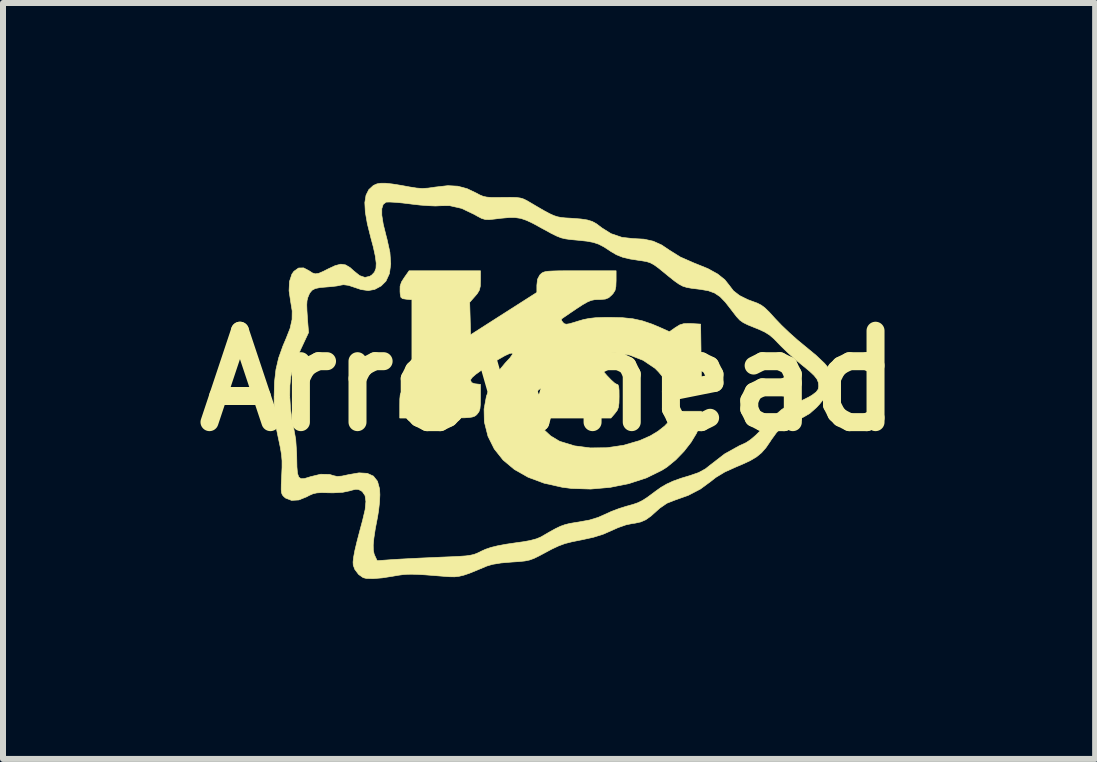
<source format=kicad_pcb>
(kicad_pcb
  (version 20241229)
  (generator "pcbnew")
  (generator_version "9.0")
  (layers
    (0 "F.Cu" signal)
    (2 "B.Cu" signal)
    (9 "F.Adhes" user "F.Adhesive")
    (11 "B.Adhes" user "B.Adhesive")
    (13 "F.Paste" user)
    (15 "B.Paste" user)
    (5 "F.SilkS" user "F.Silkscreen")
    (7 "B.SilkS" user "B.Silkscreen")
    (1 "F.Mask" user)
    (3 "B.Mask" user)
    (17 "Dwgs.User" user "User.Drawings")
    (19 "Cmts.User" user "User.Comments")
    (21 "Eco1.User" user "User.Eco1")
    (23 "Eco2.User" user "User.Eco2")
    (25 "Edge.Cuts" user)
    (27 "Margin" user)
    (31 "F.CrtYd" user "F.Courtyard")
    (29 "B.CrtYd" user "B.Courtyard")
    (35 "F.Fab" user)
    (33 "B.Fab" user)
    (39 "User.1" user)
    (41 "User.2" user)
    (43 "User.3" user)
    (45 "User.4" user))
  (footprint "Arrowhead"
    (layer "F.Cu")
    (at 6.103 3.298)
    (property "Reference" "Arrowhead" (at 0 0 0) (layer "F.SilkS") (effects (font (size 1.524 1.524) (thickness 0.3))))
    (attr through_hole)
    (fp_poly (pts (xy -1.143 -1.673) (xy -1.146 -1.576) (xy -1.162 -1.51) (xy -1.197 -1.452) (xy -1.233 -1.41) (xy -1.323 -1.308) (xy -1.315 -1.037) (xy -1.308 -0.767) (xy -0.756 -1.12) (xy -0.203 -1.473) (xy -0.203 -1.592) (xy -0.192 -1.692) (xy -0.155 -1.762) (xy -0.144 -1.773) (xy -0.124 -1.792) (xy -0.1 -1.807) (xy -0.066 -1.818) (xy -0.016 -1.826) (xy 0.058 -1.83) (xy 0.161 -1.833) (xy 0.302 -1.834) (xy 0.485 -1.834) (xy 0.516 -1.834) (xy 1.118 -1.834) (xy 1.118 -1.67) (xy 1.114 -1.571) (xy 1.1 -1.506) (xy 1.068 -1.455) (xy 1.046 -1.431) (xy 0.995 -1.385) (xy 0.938 -1.362) (xy 0.856 -1.355) (xy 0.831 -1.355) (xy 0.762 -1.352) (xy 0.702 -1.34) (xy 0.638 -1.313) (xy 0.556 -1.266) (xy 0.452 -1.198) (xy 0.356 -1.133) (xy 0.276 -1.078) (xy 0.222 -1.041) (xy 0.205 -1.028) (xy 0.211 -1.001) (xy 0.233 -0.971) (xy 0.257 -0.95) (xy 0.289 -0.943) (xy 0.341 -0.951) (xy 0.423 -0.975) (xy 0.473 -0.991) (xy 0.572 -1.02) (xy 0.667 -1.039) (xy 0.773 -1.051) (xy 0.905 -1.056) (xy 1.016 -1.057) (xy 1.223 -1.052) (xy 1.397 -1.034) (xy 1.557 -0.999) (xy 1.719 -0.944) (xy 1.856 -0.886) (xy 2.007 -0.818) (xy 2.11 -0.89) (xy 2.179 -0.932) (xy 2.246 -0.952) (xy 2.334 -0.955) (xy 2.37 -0.954) (xy 2.527 -0.945) (xy 2.541 0.01) (xy 2.459 0.104) (xy 2.407 0.158) (xy 2.357 0.186) (xy 2.29 0.196) (xy 2.232 0.198) (xy 2.086 0.198) (xy 1.967 0.029) (xy 1.896 -0.065) (xy 1.825 -0.149) (xy 1.769 -0.206) (xy 1.768 -0.207) (xy 1.569 -0.341) (xy 1.346 -0.428) (xy 1.105 -0.467) (xy 0.853 -0.455) (xy 0.742 -0.435) (xy 0.72 -0.426) (xy 0.715 -0.408) (xy 0.731 -0.374) (xy 0.774 -0.316) (xy 0.845 -0.227) (xy 0.882 -0.183) (xy 0.964 -0.088) (xy 1.038 -0.011) (xy 1.095 0.04) (xy 1.124 0.056) (xy 1.147 0.064) (xy 1.161 0.094) (xy 1.167 0.158) (xy 1.168 0.26) (xy 1.166 0.37) (xy 1.157 0.441) (xy 1.137 0.492) (xy 1.101 0.54) (xy 1.1 0.542) (xy 1.032 0.621) (xy -0.152 0.621) (xy -0.152 0.427) (xy -0.148 0.306) (xy -0.134 0.232) (xy -0.113 0.197) (xy -0.089 0.154) (xy -0.099 0.132) (xy -0.136 0.123) (xy -0.18 0.156) (xy -0.223 0.219) (xy -0.258 0.299) (xy -0.277 0.385) (xy -0.279 0.415) (xy -0.255 0.545) (xy -0.19 0.68) (xy -0.093 0.808) (xy 0.027 0.919) (xy 0.164 1.002) (xy 0.187 1.012) (xy 0.426 1.085) (xy 0.689 1.119) (xy 0.965 1.116) (xy 1.242 1.075) (xy 1.507 0.998) (xy 1.689 0.918) (xy 1.815 0.842) (xy 1.927 0.754) (xy 2.014 0.663) (xy 2.065 0.58) (xy 2.07 0.565) (xy 2.082 0.538) (xy 2.107 0.521) (xy 2.156 0.512) (xy 2.238 0.508) (xy 2.313 0.508) (xy 2.54 0.508) (xy 2.54 0.602) (xy 2.519 0.73) (xy 2.459 0.874) (xy 2.367 1.026) (xy 2.25 1.176) (xy 2.115 1.316) (xy 1.969 1.436) (xy 1.886 1.489) (xy 1.625 1.618) (xy 1.331 1.714) (xy 1.018 1.777) (xy 0.695 1.805) (xy 0.376 1.795) (xy 0.22 1.775) (xy -0.083 1.707) (xy -0.349 1.608) (xy -0.578 1.478) (xy -0.766 1.321) (xy -0.913 1.136) (xy -1.018 0.925) (xy -1.077 0.691) (xy -1.079 0.674) (xy -1.083 0.471) (xy -1.044 0.259) (xy -0.967 0.049) (xy -0.856 -0.144) (xy -0.732 -0.294) (xy -0.651 -0.382) (xy -0.611 -0.438) (xy -0.612 -0.462) (xy -0.654 -0.456) (xy -0.735 -0.419) (xy -0.856 -0.35) (xy -0.98 -0.273) (xy -1.121 -0.18) (xy -1.219 -0.11) (xy -1.28 -0.057) (xy -1.306 -0.02) (xy -1.308 -0.01) (xy -1.293 0.03) (xy -1.24 0.049) (xy -1.226 0.051) (xy -1.143 0.06) (xy -1.143 0.279) (xy -1.145 0.394) (xy -1.152 0.468) (xy -1.169 0.517) (xy -1.198 0.555) (xy -1.202 0.56) (xy -1.222 0.579) (xy -1.246 0.593) (xy -1.279 0.604) (xy -1.329 0.612) (xy -1.402 0.617) (xy -1.504 0.619) (xy -1.642 0.621) (xy -1.823 0.621) (xy -1.875 0.621) (xy -2.489 0.621) (xy -2.489 0.411) (xy -2.488 0.304) (xy -2.481 0.235) (xy -2.463 0.187) (xy -2.427 0.144) (xy -2.388 0.105) (xy -2.286 0.009) (xy -2.286 -0.671) (xy -2.286 -1.351) (xy -2.381 -1.36) (xy -2.441 -1.369) (xy -2.47 -1.392) (xy -2.481 -1.447) (xy -2.484 -1.49) (xy -2.483 -1.576) (xy -2.46 -1.647) (xy -2.412 -1.722) (xy -2.333 -1.834) (xy -1.143 -1.834) (xy -1.143 -1.673)) (stroke (width 0.01) (type solid)) (fill yes) (layer "F.SilkS"))
    (fp_poly (pts (xy -2.724 -3.293) (xy -2.614 -3.281) (xy -2.468 -3.258) (xy -2.322 -3.231) (xy -2.209 -3.213) (xy -2.114 -3.206) (xy -2.016 -3.212) (xy -1.891 -3.23) (xy -1.881 -3.231) (xy -1.687 -3.253) (xy -1.521 -3.244) (xy -1.367 -3.203) (xy -1.218 -3.132) (xy -1.154 -3.098) (xy -1.098 -3.075) (xy -1.038 -3.062) (xy -0.961 -3.056) (xy -0.853 -3.056) (xy -0.772 -3.057) (xy -0.641 -3.058) (xy -0.548 -3.056) (xy -0.48 -3.047) (xy -0.426 -3.031) (xy -0.372 -3.005) (xy -0.343 -2.988) (xy -0.192 -2.899) (xy -0.078 -2.833) (xy 0.01 -2.786) (xy 0.08 -2.754) (xy 0.142 -2.734) (xy 0.203 -2.722) (xy 0.275 -2.715) (xy 0.366 -2.71) (xy 0.391 -2.708) (xy 0.533 -2.697) (xy 0.638 -2.681) (xy 0.72 -2.656) (xy 0.791 -2.617) (xy 0.866 -2.56) (xy 0.876 -2.552) (xy 1.033 -2.453) (xy 1.216 -2.391) (xy 1.397 -2.371) (xy 1.583 -2.361) (xy 1.737 -2.327) (xy 1.877 -2.264) (xy 2.002 -2.18) (xy 2.189 -2.063) (xy 2.422 -1.961) (xy 2.438 -1.955) (xy 2.648 -1.87) (xy 2.811 -1.78) (xy 2.93 -1.685) (xy 2.999 -1.598) (xy 3.075 -1.499) (xy 3.176 -1.421) (xy 3.31 -1.354) (xy 3.391 -1.324) (xy 3.473 -1.294) (xy 3.539 -1.26) (xy 3.6 -1.214) (xy 3.67 -1.146) (xy 3.76 -1.047) (xy 3.772 -1.034) (xy 3.876 -0.925) (xy 4.006 -0.801) (xy 4.144 -0.678) (xy 4.264 -0.579) (xy 4.452 -0.424) (xy 4.595 -0.288) (xy 4.691 -0.173) (xy 4.742 -0.079) (xy 4.75 -0.034) (xy 4.731 0.049) (xy 4.68 0.155) (xy 4.604 0.273) (xy 4.509 0.391) (xy 4.458 0.446) (xy 4.347 0.544) (xy 4.23 0.612) (xy 4.145 0.645) (xy 3.998 0.705) (xy 3.886 0.773) (xy 3.793 0.862) (xy 3.704 0.985) (xy 3.687 1.012) (xy 3.615 1.117) (xy 3.542 1.2) (xy 3.458 1.269) (xy 3.352 1.332) (xy 3.213 1.396) (xy 3.12 1.435) (xy 2.931 1.52) (xy 2.782 1.61) (xy 2.702 1.673) (xy 2.523 1.805) (xy 2.321 1.91) (xy 2.104 1.987) (xy 1.966 2.041) (xy 1.848 2.122) (xy 1.802 2.163) (xy 1.698 2.256) (xy 1.612 2.317) (xy 1.529 2.353) (xy 1.433 2.374) (xy 1.392 2.379) (xy 1.282 2.402) (xy 1.151 2.448) (xy 1.046 2.495) (xy 0.902 2.558) (xy 0.739 2.609) (xy 0.542 2.652) (xy 0.531 2.654) (xy 0.382 2.684) (xy 0.264 2.714) (xy 0.159 2.753) (xy 0.048 2.805) (xy -0.051 2.858) (xy -0.165 2.919) (xy -0.251 2.961) (xy -0.325 2.988) (xy -0.403 3.004) (xy -0.5 3.014) (xy -0.622 3.022) (xy -0.8 3.037) (xy -0.941 3.06) (xy -1.039 3.089) (xy -1.041 3.09) (xy -1.202 3.158) (xy -1.325 3.208) (xy -1.422 3.241) (xy -1.502 3.26) (xy -1.575 3.268) (xy -1.652 3.267) (xy -1.714 3.263) (xy -1.912 3.247) (xy -2.067 3.235) (xy -2.188 3.228) (xy -2.285 3.225) (xy -2.365 3.226) (xy -2.438 3.232) (xy -2.511 3.242) (xy -2.593 3.256) (xy -2.597 3.257) (xy -2.782 3.286) (xy -2.934 3.298) (xy -3.046 3.295) (xy -3.099 3.282) (xy -3.175 3.228) (xy -3.238 3.144) (xy -3.264 3.074) (xy -3.267 3.021) (xy -3.258 2.941) (xy -3.237 2.828) (xy -3.201 2.677) (xy -3.15 2.482) (xy -3.108 2.326) (xy -3.066 2.148) (xy -3.053 2.012) (xy -3.067 1.914) (xy -3.111 1.85) (xy -3.129 1.836) (xy -3.177 1.812) (xy -3.226 1.809) (xy -3.295 1.826) (xy -3.32 1.834) (xy -3.439 1.859) (xy -3.597 1.868) (xy -3.674 1.867) (xy -3.79 1.864) (xy -3.872 1.869) (xy -3.936 1.884) (xy -4 1.912) (xy -4.04 1.934) (xy -4.172 1.987) (xy -4.293 1.994) (xy -4.393 1.955) (xy -4.423 1.929) (xy -4.446 1.902) (xy -4.459 1.868) (xy -4.465 1.814) (xy -4.464 1.73) (xy -4.458 1.603) (xy -4.457 1.581) (xy -4.451 1.443) (xy -4.451 1.333) (xy -4.46 1.23) (xy -4.479 1.115) (xy -4.51 0.967) (xy -4.512 0.96) (xy -4.545 0.798) (xy -4.566 0.659) (xy -4.578 0.521) (xy -4.583 0.36) (xy -4.583 0.268) (xy -4.583 0.266) (xy -4.322 0.266) (xy -4.31 0.465) (xy -4.285 0.658) (xy -4.254 0.804) (xy -4.223 0.978) (xy -4.208 1.203) (xy -4.206 1.281) (xy -4.203 1.436) (xy -4.194 1.542) (xy -4.173 1.605) (xy -4.136 1.632) (xy -4.078 1.63) (xy -3.995 1.605) (xy -3.981 1.6) (xy -3.807 1.558) (xy -3.659 1.561) (xy -3.591 1.582) (xy -3.533 1.595) (xy -3.454 1.589) (xy -3.342 1.565) (xy -3.168 1.535) (xy -3.03 1.543) (xy -2.928 1.589) (xy -2.86 1.675) (xy -2.825 1.802) (xy -2.82 1.9) (xy -2.826 2.024) (xy -2.842 2.167) (xy -2.859 2.272) (xy -2.897 2.47) (xy -2.92 2.623) (xy -2.931 2.737) (xy -2.929 2.823) (xy -2.916 2.888) (xy -2.906 2.912) (xy -2.866 2.999) (xy -2.582 2.979) (xy -2.463 2.972) (xy -2.308 2.964) (xy -2.13 2.955) (xy -1.945 2.947) (xy -1.791 2.94) (xy -1.616 2.933) (xy -1.483 2.926) (xy -1.384 2.919) (xy -1.309 2.908) (xy -1.251 2.895) (xy -1.201 2.876) (xy -1.15 2.852) (xy -1.138 2.845) (xy -1.059 2.809) (xy -0.968 2.778) (xy -0.857 2.751) (xy -0.718 2.725) (xy -0.541 2.699) (xy -0.425 2.683) (xy -0.315 2.663) (xy -0.211 2.635) (xy -0.136 2.604) (xy -0.133 2.602) (xy 0.003 2.523) (xy 0.106 2.466) (xy 0.189 2.426) (xy 0.264 2.399) (xy 0.344 2.379) (xy 0.439 2.363) (xy 0.492 2.355) (xy 0.674 2.322) (xy 0.82 2.277) (xy 0.926 2.23) (xy 1.038 2.179) (xy 1.17 2.129) (xy 1.292 2.091) (xy 1.401 2.061) (xy 1.484 2.032) (xy 1.557 1.996) (xy 1.635 1.946) (xy 1.734 1.873) (xy 1.767 1.848) (xy 1.866 1.777) (xy 1.963 1.721) (xy 2.07 1.672) (xy 2.201 1.625) (xy 2.351 1.58) (xy 2.495 1.53) (xy 2.608 1.468) (xy 2.681 1.41) (xy 2.928 1.219) (xy 3.172 1.083) (xy 3.211 1.066) (xy 3.288 1.03) (xy 3.362 0.98) (xy 3.445 0.909) (xy 3.547 0.808) (xy 3.605 0.746) (xy 3.718 0.628) (xy 3.804 0.543) (xy 3.875 0.482) (xy 3.941 0.438) (xy 4.012 0.404) (xy 4.099 0.372) (xy 4.121 0.365) (xy 4.226 0.323) (xy 4.333 0.27) (xy 4.382 0.241) (xy 4.453 0.188) (xy 4.487 0.141) (xy 4.496 0.09) (xy 4.49 0.029) (xy 4.467 -0.027) (xy 4.42 -0.087) (xy 4.344 -0.159) (xy 4.232 -0.251) (xy 4.213 -0.266) (xy 4.097 -0.363) (xy 3.974 -0.474) (xy 3.864 -0.581) (xy 3.834 -0.612) (xy 3.748 -0.701) (xy 3.674 -0.764) (xy 3.595 -0.813) (xy 3.493 -0.86) (xy 3.428 -0.886) (xy 3.317 -0.931) (xy 3.239 -0.969) (xy 3.18 -1.011) (xy 3.127 -1.068) (xy 3.063 -1.151) (xy 3.041 -1.18) (xy 2.939 -1.311) (xy 2.85 -1.403) (xy 2.76 -1.463) (xy 2.656 -1.501) (xy 2.524 -1.524) (xy 2.483 -1.529) (xy 2.377 -1.542) (xy 2.297 -1.556) (xy 2.23 -1.577) (xy 2.165 -1.612) (xy 2.09 -1.665) (xy 1.992 -1.743) (xy 1.924 -1.799) (xy 1.823 -1.881) (xy 1.748 -1.935) (xy 1.686 -1.968) (xy 1.622 -1.988) (xy 1.544 -2.001) (xy 1.513 -2.005) (xy 1.352 -2.03) (xy 1.227 -2.06) (xy 1.124 -2.101) (xy 1.027 -2.158) (xy 1.016 -2.166) (xy 0.915 -2.232) (xy 0.828 -2.277) (xy 0.739 -2.307) (xy 0.633 -2.327) (xy 0.493 -2.342) (xy 0.473 -2.344) (xy 0.362 -2.354) (xy 0.276 -2.366) (xy 0.203 -2.383) (xy 0.129 -2.412) (xy 0.041 -2.455) (xy -0.074 -2.518) (xy -0.124 -2.545) (xy -0.264 -2.622) (xy -0.374 -2.674) (xy -0.469 -2.707) (xy -0.563 -2.721) (xy -0.67 -2.721) (xy -0.806 -2.709) (xy -0.902 -2.697) (xy -0.996 -2.687) (xy -1.063 -2.689) (xy -1.124 -2.707) (xy -1.198 -2.746) (xy -1.245 -2.773) (xy -1.457 -2.874) (xy -1.659 -2.92) (xy -1.814 -2.918) (xy -1.893 -2.914) (xy -2.008 -2.919) (xy -2.147 -2.929) (xy -2.295 -2.946) (xy -2.308 -2.948) (xy -2.441 -2.964) (xy -2.559 -2.975) (xy -2.652 -2.98) (xy -2.709 -2.979) (xy -2.718 -2.977) (xy -2.765 -2.941) (xy -2.788 -2.869) (xy -2.788 -2.76) (xy -2.764 -2.609) (xy -2.715 -2.412) (xy -2.702 -2.364) (xy -2.653 -2.142) (xy -2.639 -1.948) (xy -2.661 -1.787) (xy -2.719 -1.661) (xy -2.799 -1.581) (xy -2.907 -1.523) (xy -3.014 -1.504) (xy -3.134 -1.521) (xy -3.226 -1.552) (xy -3.343 -1.591) (xy -3.427 -1.602) (xy -3.469 -1.595) (xy -3.536 -1.581) (xy -3.63 -1.57) (xy -3.691 -1.565) (xy -3.814 -1.555) (xy -3.897 -1.538) (xy -3.951 -1.509) (xy -3.988 -1.464) (xy -4 -1.44) (xy -4.022 -1.387) (xy -4.035 -1.333) (xy -4.039 -1.265) (xy -4.036 -1.17) (xy -4.027 -1.033) (xy -4.026 -1.016) (xy -4.009 -0.804) (xy -4.14 -0.524) (xy -4.199 -0.39) (xy -4.251 -0.253) (xy -4.289 -0.133) (xy -4.304 -0.073) (xy -4.32 0.08) (xy -4.322 0.266) (xy -4.583 0.266) (xy -4.577 0.024) (xy -4.553 -0.186) (xy -4.508 -0.38) (xy -4.437 -0.579) (xy -4.383 -0.706) (xy -4.317 -0.874) (xy -4.284 -1.021) (xy -4.282 -1.165) (xy -4.307 -1.317) (xy -4.334 -1.5) (xy -4.327 -1.655) (xy -4.287 -1.777) (xy -4.254 -1.824) (xy -4.176 -1.88) (xy -4.091 -1.882) (xy -4 -1.834) (xy -3.945 -1.798) (xy -3.896 -1.783) (xy -3.84 -1.791) (xy -3.763 -1.824) (xy -3.687 -1.863) (xy -3.565 -1.92) (xy -3.471 -1.944) (xy -3.392 -1.932) (xy -3.315 -1.886) (xy -3.258 -1.834) (xy -3.157 -1.753) (xy -3.069 -1.723) (xy -2.988 -1.742) (xy -2.953 -1.765) (xy -2.91 -1.811) (xy -2.885 -1.874) (xy -2.881 -1.96) (xy -2.896 -2.077) (xy -2.93 -2.233) (xy -2.969 -2.378) (xy -3.029 -2.618) (xy -3.063 -2.814) (xy -3.071 -2.971) (xy -3.051 -3.094) (xy -3.005 -3.186) (xy -2.931 -3.254) (xy -2.916 -3.262) (xy -2.868 -3.283) (xy -2.806 -3.293) (xy -2.724 -3.293)) (stroke (width 0.01) (type solid)) (fill yes) (layer "F.SilkS")))
  (gr_rect
    (start -3 -3)
    (end 15.207 9.602)
    (stroke (width 0.1) (type default))
    (fill no)
    (layer "Edge.Cuts")))
</source>
